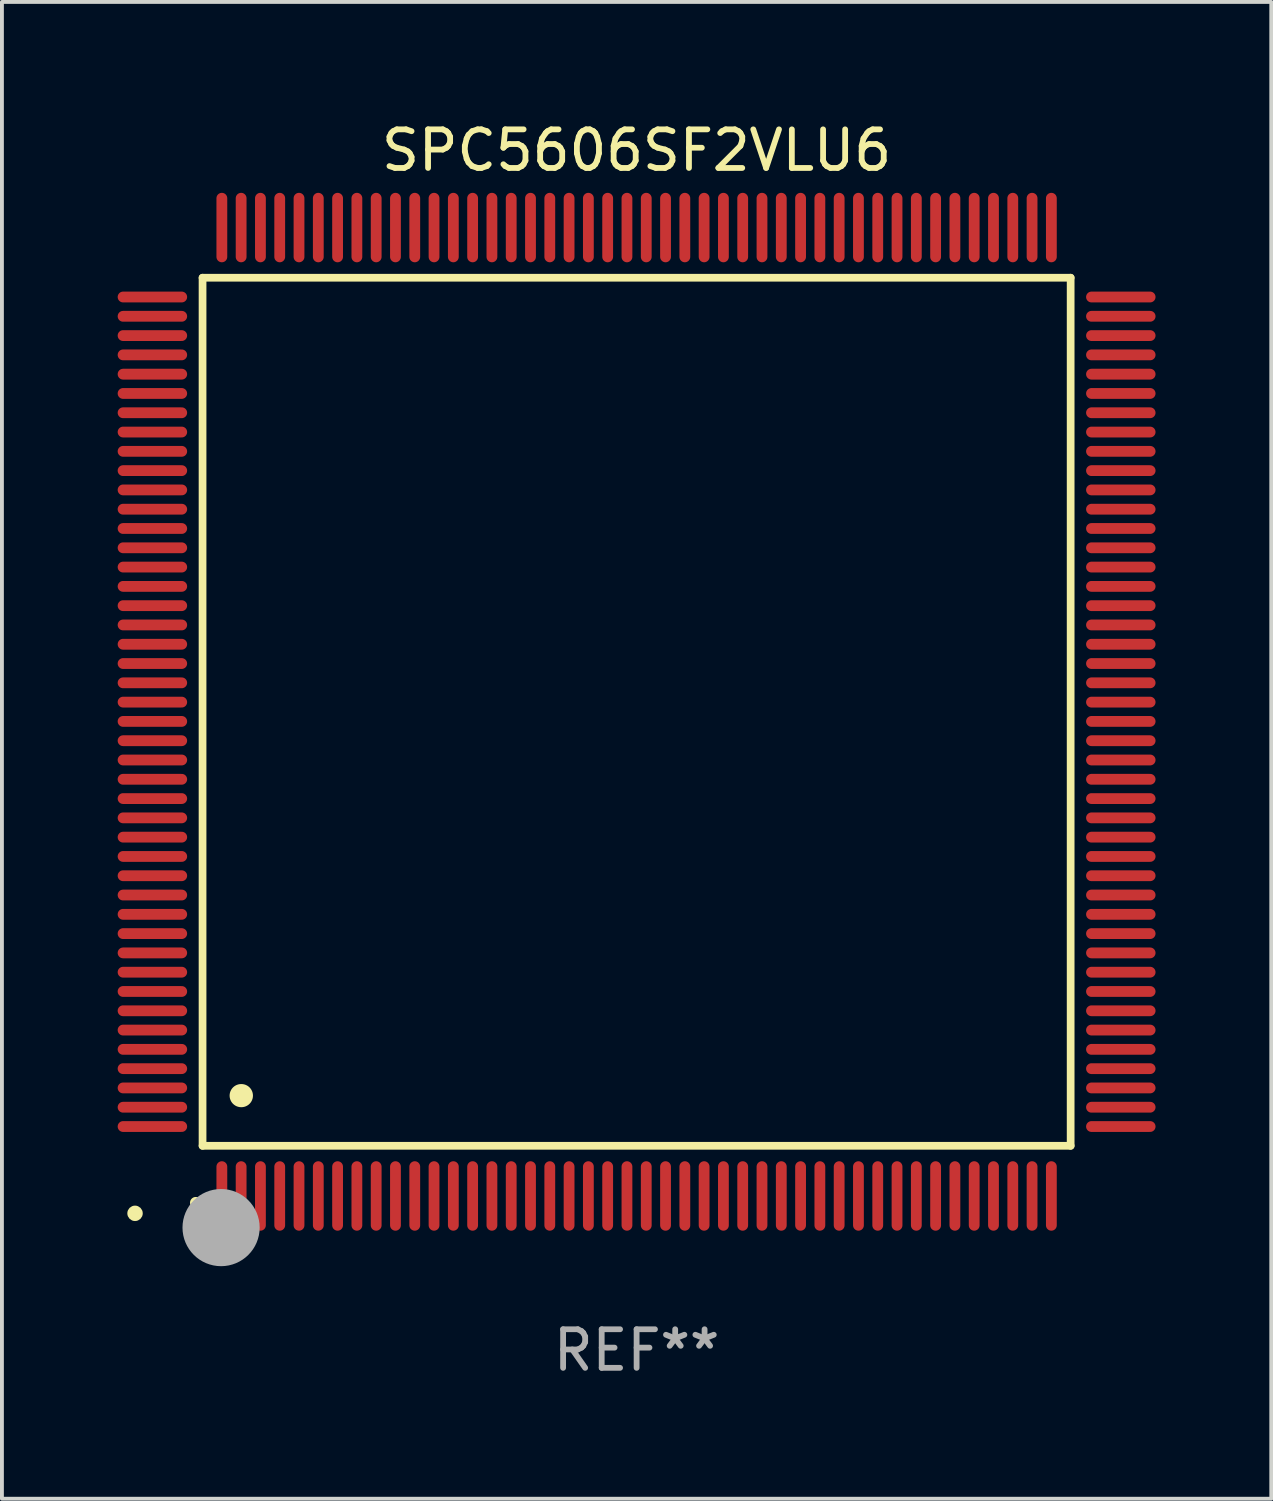
<source format=kicad_pcb>
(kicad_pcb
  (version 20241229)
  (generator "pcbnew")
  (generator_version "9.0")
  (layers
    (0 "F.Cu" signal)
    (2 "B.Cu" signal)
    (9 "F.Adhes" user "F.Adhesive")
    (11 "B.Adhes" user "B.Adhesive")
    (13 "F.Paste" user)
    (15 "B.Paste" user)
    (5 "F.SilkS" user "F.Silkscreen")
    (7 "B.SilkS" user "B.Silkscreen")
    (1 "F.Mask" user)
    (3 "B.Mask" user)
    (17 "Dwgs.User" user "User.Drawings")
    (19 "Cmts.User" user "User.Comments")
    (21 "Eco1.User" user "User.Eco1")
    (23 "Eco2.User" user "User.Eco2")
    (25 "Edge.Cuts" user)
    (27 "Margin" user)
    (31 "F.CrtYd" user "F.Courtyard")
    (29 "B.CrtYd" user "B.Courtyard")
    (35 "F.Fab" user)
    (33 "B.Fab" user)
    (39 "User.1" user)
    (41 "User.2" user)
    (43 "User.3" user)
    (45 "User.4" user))
  (footprint "SPC5606SF2VLU6"
    (layer "F.Cu")
    (at 13.45 15.398)
    (property "Reference" "SPC5606SF2VLU6" (at 0 -14.55 0) (layer "F.SilkS") (effects (font (size 1 1) (thickness 0.15))))
    (attr through_hole)
    (fp_line (start -11.25 -11.25) (end 11.25 -11.25) (stroke (width 0.2) (type solid)) (layer "F.SilkS"))
    (fp_line (start -11.25 11.25) (end -11.25 -11.25) (stroke (width 0.2) (type solid)) (layer "F.SilkS"))
    (fp_line (start 11.25 -11.25) (end 11.25 11.25) (stroke (width 0.2) (type solid)) (layer "F.SilkS"))
    (fp_line (start 11.25 11.25) (end -11.25 11.25) (stroke (width 0.2) (type solid)) (layer "F.SilkS"))
    (fp_arc (start -11.424943 12.725425) (mid -11.423673 12.72542) (end -11.422403 12.725425) (stroke (width 0.3) (type solid)) (layer "F.SilkS"))
    (fp_arc (start -10.24892 9.9492) (mid -10.24638 9.949189) (end -10.24384 9.9492) (stroke (width 0.6) (type solid)) (layer "F.SilkS"))
    (fp_circle (center -13 13) (end -12.9 13) (stroke (width 0.2) (type solid)) (fill no) (layer "F.SilkS"))
    (fp_circle (center -10.77 13.37) (end -10.27 13.37) (stroke (width 1) (type solid)) (fill no) (layer "F.Fab"))
    (fp_text user "REF**" (at 0 16.55 0) (layer "F.Fab") (effects (font (size 1 1) (thickness 0.15))))
    (pad "1" smd oval (at -10.75 12.55) (size 0.28 1.8) (layers "F.Cu" "F.Mask" "F.Paste"))
    (pad "2" smd oval (at -10.25 12.55) (size 0.28 1.8) (layers "F.Cu" "F.Mask" "F.Paste"))
    (pad "3" smd oval (at -9.75 12.55) (size 0.28 1.8) (layers "F.Cu" "F.Mask" "F.Paste"))
    (pad "4" smd oval (at -9.25 12.55) (size 0.28 1.8) (layers "F.Cu" "F.Mask" "F.Paste"))
    (pad "5" smd oval (at -8.75 12.55) (size 0.28 1.8) (layers "F.Cu" "F.Mask" "F.Paste"))
    (pad "6" smd oval (at -8.25 12.55) (size 0.28 1.8) (layers "F.Cu" "F.Mask" "F.Paste"))
    (pad "7" smd oval (at -7.75 12.55) (size 0.28 1.8) (layers "F.Cu" "F.Mask" "F.Paste"))
    (pad "8" smd oval (at -7.25 12.55) (size 0.28 1.8) (layers "F.Cu" "F.Mask" "F.Paste"))
    (pad "9" smd oval (at -6.75 12.55) (size 0.28 1.8) (layers "F.Cu" "F.Mask" "F.Paste"))
    (pad "10" smd oval (at -6.25 12.55) (size 0.28 1.8) (layers "F.Cu" "F.Mask" "F.Paste"))
    (pad "11" smd oval (at -5.75 12.55) (size 0.28 1.8) (layers "F.Cu" "F.Mask" "F.Paste"))
    (pad "12" smd oval (at -5.25 12.55) (size 0.28 1.8) (layers "F.Cu" "F.Mask" "F.Paste"))
    (pad "13" smd oval (at -4.75 12.55) (size 0.28 1.8) (layers "F.Cu" "F.Mask" "F.Paste"))
    (pad "14" smd oval (at -4.25 12.55) (size 0.28 1.8) (layers "F.Cu" "F.Mask" "F.Paste"))
    (pad "15" smd oval (at -3.75 12.55) (size 0.28 1.8) (layers "F.Cu" "F.Mask" "F.Paste"))
    (pad "16" smd oval (at -3.25 12.55) (size 0.28 1.8) (layers "F.Cu" "F.Mask" "F.Paste"))
    (pad "17" smd oval (at -2.75 12.55) (size 0.28 1.8) (layers "F.Cu" "F.Mask" "F.Paste"))
    (pad "18" smd oval (at -2.25 12.55) (size 0.28 1.8) (layers "F.Cu" "F.Mask" "F.Paste"))
    (pad "19" smd oval (at -1.75 12.55) (size 0.28 1.8) (layers "F.Cu" "F.Mask" "F.Paste"))
    (pad "20" smd oval (at -1.25 12.55) (size 0.28 1.8) (layers "F.Cu" "F.Mask" "F.Paste"))
    (pad "21" smd oval (at -0.75 12.55) (size 0.28 1.8) (layers "F.Cu" "F.Mask" "F.Paste"))
    (pad "22" smd oval (at -0.25 12.55) (size 0.28 1.8) (layers "F.Cu" "F.Mask" "F.Paste"))
    (pad "23" smd oval (at 0.25 12.55) (size 0.28 1.8) (layers "F.Cu" "F.Mask" "F.Paste"))
    (pad "24" smd oval (at 0.75 12.55) (size 0.28 1.8) (layers "F.Cu" "F.Mask" "F.Paste"))
    (pad "25" smd oval (at 1.25 12.55) (size 0.28 1.8) (layers "F.Cu" "F.Mask" "F.Paste"))
    (pad "26" smd oval (at 1.75 12.55) (size 0.28 1.8) (layers "F.Cu" "F.Mask" "F.Paste"))
    (pad "27" smd oval (at 2.25 12.55) (size 0.28 1.8) (layers "F.Cu" "F.Mask" "F.Paste"))
    (pad "28" smd oval (at 2.75 12.55) (size 0.28 1.8) (layers "F.Cu" "F.Mask" "F.Paste"))
    (pad "29" smd oval (at 3.25 12.55) (size 0.28 1.8) (layers "F.Cu" "F.Mask" "F.Paste"))
    (pad "30" smd oval (at 3.75 12.55) (size 0.28 1.8) (layers "F.Cu" "F.Mask" "F.Paste"))
    (pad "31" smd oval (at 4.25 12.55) (size 0.28 1.8) (layers "F.Cu" "F.Mask" "F.Paste"))
    (pad "32" smd oval (at 4.75 12.55) (size 0.28 1.8) (layers "F.Cu" "F.Mask" "F.Paste"))
    (pad "33" smd oval (at 5.25 12.55) (size 0.28 1.8) (layers "F.Cu" "F.Mask" "F.Paste"))
    (pad "34" smd oval (at 5.75 12.55) (size 0.28 1.8) (layers "F.Cu" "F.Mask" "F.Paste"))
    (pad "35" smd oval (at 6.25 12.55) (size 0.28 1.8) (layers "F.Cu" "F.Mask" "F.Paste"))
    (pad "36" smd oval (at 6.75 12.55) (size 0.28 1.8) (layers "F.Cu" "F.Mask" "F.Paste"))
    (pad "37" smd oval (at 7.25 12.55) (size 0.28 1.8) (layers "F.Cu" "F.Mask" "F.Paste"))
    (pad "38" smd oval (at 7.75 12.55) (size 0.28 1.8) (layers "F.Cu" "F.Mask" "F.Paste"))
    (pad "39" smd oval (at 8.25 12.55) (size 0.28 1.8) (layers "F.Cu" "F.Mask" "F.Paste"))
    (pad "40" smd oval (at 8.75 12.55) (size 0.28 1.8) (layers "F.Cu" "F.Mask" "F.Paste"))
    (pad "41" smd oval (at 9.25 12.55) (size 0.28 1.8) (layers "F.Cu" "F.Mask" "F.Paste"))
    (pad "42" smd oval (at 9.75 12.55) (size 0.28 1.8) (layers "F.Cu" "F.Mask" "F.Paste"))
    (pad "43" smd oval (at 10.25 12.55) (size 0.28 1.8) (layers "F.Cu" "F.Mask" "F.Paste"))
    (pad "44" smd oval (at 10.75 12.55) (size 0.28 1.8) (layers "F.Cu" "F.Mask" "F.Paste"))
    (pad "45" smd oval (at 12.55 10.75) (size 1.8 0.28) (layers "F.Cu" "F.Mask" "F.Paste"))
    (pad "46" smd oval (at 12.55 10.25) (size 1.8 0.28) (layers "F.Cu" "F.Mask" "F.Paste"))
    (pad "47" smd oval (at 12.55 9.75) (size 1.8 0.28) (layers "F.Cu" "F.Mask" "F.Paste"))
    (pad "48" smd oval (at 12.55 9.25) (size 1.8 0.28) (layers "F.Cu" "F.Mask" "F.Paste"))
    (pad "49" smd oval (at 12.55 8.75) (size 1.8 0.28) (layers "F.Cu" "F.Mask" "F.Paste"))
    (pad "50" smd oval (at 12.55 8.25) (size 1.8 0.28) (layers "F.Cu" "F.Mask" "F.Paste"))
    (pad "51" smd oval (at 12.55 7.75) (size 1.8 0.28) (layers "F.Cu" "F.Mask" "F.Paste"))
    (pad "52" smd oval (at 12.55 7.25) (size 1.8 0.28) (layers "F.Cu" "F.Mask" "F.Paste"))
    (pad "53" smd oval (at 12.55 6.75) (size 1.8 0.28) (layers "F.Cu" "F.Mask" "F.Paste"))
    (pad "54" smd oval (at 12.55 6.25) (size 1.8 0.28) (layers "F.Cu" "F.Mask" "F.Paste"))
    (pad "55" smd oval (at 12.55 5.75) (size 1.8 0.28) (layers "F.Cu" "F.Mask" "F.Paste"))
    (pad "56" smd oval (at 12.55 5.25) (size 1.8 0.28) (layers "F.Cu" "F.Mask" "F.Paste"))
    (pad "57" smd oval (at 12.55 4.75) (size 1.8 0.28) (layers "F.Cu" "F.Mask" "F.Paste"))
    (pad "58" smd oval (at 12.55 4.25) (size 1.8 0.28) (layers "F.Cu" "F.Mask" "F.Paste"))
    (pad "59" smd oval (at 12.55 3.75) (size 1.8 0.28) (layers "F.Cu" "F.Mask" "F.Paste"))
    (pad "60" smd oval (at 12.55 3.25) (size 1.8 0.28) (layers "F.Cu" "F.Mask" "F.Paste"))
    (pad "61" smd oval (at 12.55 2.75) (size 1.8 0.28) (layers "F.Cu" "F.Mask" "F.Paste"))
    (pad "62" smd oval (at 12.55 2.25) (size 1.8 0.28) (layers "F.Cu" "F.Mask" "F.Paste"))
    (pad "63" smd oval (at 12.55 1.75) (size 1.8 0.28) (layers "F.Cu" "F.Mask" "F.Paste"))
    (pad "64" smd oval (at 12.55 1.25) (size 1.8 0.28) (layers "F.Cu" "F.Mask" "F.Paste"))
    (pad "65" smd oval (at 12.55 0.75) (size 1.8 0.28) (layers "F.Cu" "F.Mask" "F.Paste"))
    (pad "66" smd oval (at 12.55 0.25) (size 1.8 0.28) (layers "F.Cu" "F.Mask" "F.Paste"))
    (pad "67" smd oval (at 12.55 -0.25) (size 1.8 0.28) (layers "F.Cu" "F.Mask" "F.Paste"))
    (pad "68" smd oval (at 12.55 -0.75) (size 1.8 0.28) (layers "F.Cu" "F.Mask" "F.Paste"))
    (pad "69" smd oval (at 12.55 -1.25) (size 1.8 0.28) (layers "F.Cu" "F.Mask" "F.Paste"))
    (pad "70" smd oval (at 12.55 -1.75) (size 1.8 0.28) (layers "F.Cu" "F.Mask" "F.Paste"))
    (pad "71" smd oval (at 12.55 -2.25) (size 1.8 0.28) (layers "F.Cu" "F.Mask" "F.Paste"))
    (pad "72" smd oval (at 12.55 -2.75) (size 1.8 0.28) (layers "F.Cu" "F.Mask" "F.Paste"))
    (pad "73" smd oval (at 12.55 -3.25) (size 1.8 0.28) (layers "F.Cu" "F.Mask" "F.Paste"))
    (pad "74" smd oval (at 12.55 -3.75) (size 1.8 0.28) (layers "F.Cu" "F.Mask" "F.Paste"))
    (pad "75" smd oval (at 12.55 -4.25) (size 1.8 0.28) (layers "F.Cu" "F.Mask" "F.Paste"))
    (pad "76" smd oval (at 12.55 -4.75) (size 1.8 0.28) (layers "F.Cu" "F.Mask" "F.Paste"))
    (pad "77" smd oval (at 12.55 -5.25) (size 1.8 0.28) (layers "F.Cu" "F.Mask" "F.Paste"))
    (pad "78" smd oval (at 12.55 -5.75) (size 1.8 0.28) (layers "F.Cu" "F.Mask" "F.Paste"))
    (pad "79" smd oval (at 12.55 -6.25) (size 1.8 0.28) (layers "F.Cu" "F.Mask" "F.Paste"))
    (pad "80" smd oval (at 12.55 -6.75) (size 1.8 0.28) (layers "F.Cu" "F.Mask" "F.Paste"))
    (pad "81" smd oval (at 12.55 -7.25) (size 1.8 0.28) (layers "F.Cu" "F.Mask" "F.Paste"))
    (pad "82" smd oval (at 12.55 -7.75) (size 1.8 0.28) (layers "F.Cu" "F.Mask" "F.Paste"))
    (pad "83" smd oval (at 12.55 -8.25) (size 1.8 0.28) (layers "F.Cu" "F.Mask" "F.Paste"))
    (pad "84" smd oval (at 12.55 -8.75) (size 1.8 0.28) (layers "F.Cu" "F.Mask" "F.Paste"))
    (pad "85" smd oval (at 12.55 -9.25) (size 1.8 0.28) (layers "F.Cu" "F.Mask" "F.Paste"))
    (pad "86" smd oval (at 12.55 -9.75) (size 1.8 0.28) (layers "F.Cu" "F.Mask" "F.Paste"))
    (pad "87" smd oval (at 12.55 -10.25) (size 1.8 0.28) (layers "F.Cu" "F.Mask" "F.Paste"))
    (pad "88" smd oval (at 12.55 -10.75) (size 1.8 0.28) (layers "F.Cu" "F.Mask" "F.Paste"))
    (pad "89" smd oval (at 10.75 -12.55) (size 0.28 1.8) (layers "F.Cu" "F.Mask" "F.Paste"))
    (pad "90" smd oval (at 10.25 -12.55) (size 0.28 1.8) (layers "F.Cu" "F.Mask" "F.Paste"))
    (pad "91" smd oval (at 9.75 -12.55) (size 0.28 1.8) (layers "F.Cu" "F.Mask" "F.Paste"))
    (pad "92" smd oval (at 9.25 -12.55) (size 0.28 1.8) (layers "F.Cu" "F.Mask" "F.Paste"))
    (pad "93" smd oval (at 8.75 -12.55) (size 0.28 1.8) (layers "F.Cu" "F.Mask" "F.Paste"))
    (pad "94" smd oval (at 8.25 -12.55) (size 0.28 1.8) (layers "F.Cu" "F.Mask" "F.Paste"))
    (pad "95" smd oval (at 7.75 -12.55) (size 0.28 1.8) (layers "F.Cu" "F.Mask" "F.Paste"))
    (pad "96" smd oval (at 7.25 -12.55) (size 0.28 1.8) (layers "F.Cu" "F.Mask" "F.Paste"))
    (pad "97" smd oval (at 6.75 -12.55) (size 0.28 1.8) (layers "F.Cu" "F.Mask" "F.Paste"))
    (pad "98" smd oval (at 6.25 -12.55) (size 0.28 1.8) (layers "F.Cu" "F.Mask" "F.Paste"))
    (pad "99" smd oval (at 5.75 -12.55) (size 0.28 1.8) (layers "F.Cu" "F.Mask" "F.Paste"))
    (pad "100" smd oval (at 5.25 -12.55) (size 0.28 1.8) (layers "F.Cu" "F.Mask" "F.Paste"))
    (pad "101" smd oval (at 4.75 -12.55) (size 0.28 1.8) (layers "F.Cu" "F.Mask" "F.Paste"))
    (pad "102" smd oval (at 4.25 -12.55) (size 0.28 1.8) (layers "F.Cu" "F.Mask" "F.Paste"))
    (pad "103" smd oval (at 3.75 -12.55) (size 0.28 1.8) (layers "F.Cu" "F.Mask" "F.Paste"))
    (pad "104" smd oval (at 3.25 -12.55) (size 0.28 1.8) (layers "F.Cu" "F.Mask" "F.Paste"))
    (pad "105" smd oval (at 2.75 -12.55) (size 0.28 1.8) (layers "F.Cu" "F.Mask" "F.Paste"))
    (pad "106" smd oval (at 2.25 -12.55) (size 0.28 1.8) (layers "F.Cu" "F.Mask" "F.Paste"))
    (pad "107" smd oval (at 1.75 -12.55) (size 0.28 1.8) (layers "F.Cu" "F.Mask" "F.Paste"))
    (pad "108" smd oval (at 1.25 -12.55) (size 0.28 1.8) (layers "F.Cu" "F.Mask" "F.Paste"))
    (pad "109" smd oval (at 0.75 -12.55) (size 0.28 1.8) (layers "F.Cu" "F.Mask" "F.Paste"))
    (pad "110" smd oval (at 0.25 -12.55) (size 0.28 1.8) (layers "F.Cu" "F.Mask" "F.Paste"))
    (pad "111" smd oval (at -0.25 -12.55) (size 0.28 1.8) (layers "F.Cu" "F.Mask" "F.Paste"))
    (pad "112" smd oval (at -0.75 -12.55) (size 0.28 1.8) (layers "F.Cu" "F.Mask" "F.Paste"))
    (pad "113" smd oval (at -1.25 -12.55) (size 0.28 1.8) (layers "F.Cu" "F.Mask" "F.Paste"))
    (pad "114" smd oval (at -1.75 -12.55) (size 0.28 1.8) (layers "F.Cu" "F.Mask" "F.Paste"))
    (pad "115" smd oval (at -2.25 -12.55) (size 0.28 1.8) (layers "F.Cu" "F.Mask" "F.Paste"))
    (pad "116" smd oval (at -2.75 -12.55) (size 0.28 1.8) (layers "F.Cu" "F.Mask" "F.Paste"))
    (pad "117" smd oval (at -3.25 -12.55) (size 0.28 1.8) (layers "F.Cu" "F.Mask" "F.Paste"))
    (pad "118" smd oval (at -3.75 -12.55) (size 0.28 1.8) (layers "F.Cu" "F.Mask" "F.Paste"))
    (pad "119" smd oval (at -4.25 -12.55) (size 0.28 1.8) (layers "F.Cu" "F.Mask" "F.Paste"))
    (pad "120" smd oval (at -4.75 -12.55) (size 0.28 1.8) (layers "F.Cu" "F.Mask" "F.Paste"))
    (pad "121" smd oval (at -5.25 -12.55) (size 0.28 1.8) (layers "F.Cu" "F.Mask" "F.Paste"))
    (pad "122" smd oval (at -5.75 -12.55) (size 0.28 1.8) (layers "F.Cu" "F.Mask" "F.Paste"))
    (pad "123" smd oval (at -6.25 -12.55) (size 0.28 1.8) (layers "F.Cu" "F.Mask" "F.Paste"))
    (pad "124" smd oval (at -6.75 -12.55) (size 0.28 1.8) (layers "F.Cu" "F.Mask" "F.Paste"))
    (pad "125" smd oval (at -7.25 -12.55) (size 0.28 1.8) (layers "F.Cu" "F.Mask" "F.Paste"))
    (pad "126" smd oval (at -7.75 -12.55) (size 0.28 1.8) (layers "F.Cu" "F.Mask" "F.Paste"))
    (pad "127" smd oval (at -8.25 -12.55) (size 0.28 1.8) (layers "F.Cu" "F.Mask" "F.Paste"))
    (pad "128" smd oval (at -8.75 -12.55) (size 0.28 1.8) (layers "F.Cu" "F.Mask" "F.Paste"))
    (pad "129" smd oval (at -9.25 -12.55) (size 0.28 1.8) (layers "F.Cu" "F.Mask" "F.Paste"))
    (pad "130" smd oval (at -9.75 -12.55) (size 0.28 1.8) (layers "F.Cu" "F.Mask" "F.Paste"))
    (pad "131" smd oval (at -10.25 -12.55) (size 0.28 1.8) (layers "F.Cu" "F.Mask" "F.Paste"))
    (pad "132" smd oval (at -10.75 -12.55) (size 0.28 1.8) (layers "F.Cu" "F.Mask" "F.Paste"))
    (pad "133" smd oval (at -12.55 -10.75) (size 1.8 0.28) (layers "F.Cu" "F.Mask" "F.Paste"))
    (pad "134" smd oval (at -12.55 -10.25) (size 1.8 0.28) (layers "F.Cu" "F.Mask" "F.Paste"))
    (pad "135" smd oval (at -12.55 -9.75) (size 1.8 0.28) (layers "F.Cu" "F.Mask" "F.Paste"))
    (pad "136" smd oval (at -12.55 -9.25) (size 1.8 0.28) (layers "F.Cu" "F.Mask" "F.Paste"))
    (pad "137" smd oval (at -12.55 -8.75) (size 1.8 0.28) (layers "F.Cu" "F.Mask" "F.Paste"))
    (pad "138" smd oval (at -12.55 -8.25) (size 1.8 0.28) (layers "F.Cu" "F.Mask" "F.Paste"))
    (pad "139" smd oval (at -12.55 -7.75) (size 1.8 0.28) (layers "F.Cu" "F.Mask" "F.Paste"))
    (pad "140" smd oval (at -12.55 -7.25) (size 1.8 0.28) (layers "F.Cu" "F.Mask" "F.Paste"))
    (pad "141" smd oval (at -12.55 -6.75) (size 1.8 0.28) (layers "F.Cu" "F.Mask" "F.Paste"))
    (pad "142" smd oval (at -12.55 -6.25) (size 1.8 0.28) (layers "F.Cu" "F.Mask" "F.Paste"))
    (pad "143" smd oval (at -12.55 -5.75) (size 1.8 0.28) (layers "F.Cu" "F.Mask" "F.Paste"))
    (pad "144" smd oval (at -12.55 -5.25) (size 1.8 0.28) (layers "F.Cu" "F.Mask" "F.Paste"))
    (pad "145" smd oval (at -12.55 -4.75) (size 1.8 0.28) (layers "F.Cu" "F.Mask" "F.Paste"))
    (pad "146" smd oval (at -12.55 -4.25) (size 1.8 0.28) (layers "F.Cu" "F.Mask" "F.Paste"))
    (pad "147" smd oval (at -12.55 -3.75) (size 1.8 0.28) (layers "F.Cu" "F.Mask" "F.Paste"))
    (pad "148" smd oval (at -12.55 -3.25) (size 1.8 0.28) (layers "F.Cu" "F.Mask" "F.Paste"))
    (pad "149" smd oval (at -12.55 -2.75) (size 1.8 0.28) (layers "F.Cu" "F.Mask" "F.Paste"))
    (pad "150" smd oval (at -12.55 -2.25) (size 1.8 0.28) (layers "F.Cu" "F.Mask" "F.Paste"))
    (pad "151" smd oval (at -12.55 -1.75) (size 1.8 0.28) (layers "F.Cu" "F.Mask" "F.Paste"))
    (pad "152" smd oval (at -12.55 -1.25) (size 1.8 0.28) (layers "F.Cu" "F.Mask" "F.Paste"))
    (pad "153" smd oval (at -12.55 -0.75) (size 1.8 0.28) (layers "F.Cu" "F.Mask" "F.Paste"))
    (pad "154" smd oval (at -12.55 -0.25) (size 1.8 0.28) (layers "F.Cu" "F.Mask" "F.Paste"))
    (pad "155" smd oval (at -12.55 0.25) (size 1.8 0.28) (layers "F.Cu" "F.Mask" "F.Paste"))
    (pad "156" smd oval (at -12.55 0.75) (size 1.8 0.28) (layers "F.Cu" "F.Mask" "F.Paste"))
    (pad "157" smd oval (at -12.55 1.25) (size 1.8 0.28) (layers "F.Cu" "F.Mask" "F.Paste"))
    (pad "158" smd oval (at -12.55 1.75) (size 1.8 0.28) (layers "F.Cu" "F.Mask" "F.Paste"))
    (pad "159" smd oval (at -12.55 2.25) (size 1.8 0.28) (layers "F.Cu" "F.Mask" "F.Paste"))
    (pad "160" smd oval (at -12.55 2.75) (size 1.8 0.28) (layers "F.Cu" "F.Mask" "F.Paste"))
    (pad "161" smd oval (at -12.55 3.25) (size 1.8 0.28) (layers "F.Cu" "F.Mask" "F.Paste"))
    (pad "162" smd oval (at -12.55 3.75) (size 1.8 0.28) (layers "F.Cu" "F.Mask" "F.Paste"))
    (pad "163" smd oval (at -12.55 4.25) (size 1.8 0.28) (layers "F.Cu" "F.Mask" "F.Paste"))
    (pad "164" smd oval (at -12.55 4.75) (size 1.8 0.28) (layers "F.Cu" "F.Mask" "F.Paste"))
    (pad "165" smd oval (at -12.55 5.25) (size 1.8 0.28) (layers "F.Cu" "F.Mask" "F.Paste"))
    (pad "166" smd oval (at -12.55 5.75) (size 1.8 0.28) (layers "F.Cu" "F.Mask" "F.Paste"))
    (pad "167" smd oval (at -12.55 6.25) (size 1.8 0.28) (layers "F.Cu" "F.Mask" "F.Paste"))
    (pad "168" smd oval (at -12.55 6.75) (size 1.8 0.28) (layers "F.Cu" "F.Mask" "F.Paste"))
    (pad "169" smd oval (at -12.55 7.25) (size 1.8 0.28) (layers "F.Cu" "F.Mask" "F.Paste"))
    (pad "170" smd oval (at -12.55 7.75) (size 1.8 0.28) (layers "F.Cu" "F.Mask" "F.Paste"))
    (pad "171" smd oval (at -12.55 8.25) (size 1.8 0.28) (layers "F.Cu" "F.Mask" "F.Paste"))
    (pad "172" smd oval (at -12.55 8.75) (size 1.8 0.28) (layers "F.Cu" "F.Mask" "F.Paste"))
    (pad "173" smd oval (at -12.55 9.25) (size 1.8 0.28) (layers "F.Cu" "F.Mask" "F.Paste"))
    (pad "174" smd oval (at -12.55 9.75) (size 1.8 0.28) (layers "F.Cu" "F.Mask" "F.Paste"))
    (pad "175" smd oval (at -12.55 10.25) (size 1.8 0.28) (layers "F.Cu" "F.Mask" "F.Paste"))
    (pad "176" smd oval (at -12.55 10.75) (size 1.8 0.28) (layers "F.Cu" "F.Mask" "F.Paste")))
  (gr_rect
    (start -3 -3)
    (end 29.9 35.796)
    (stroke (width 0.1) (type default))
    (fill no)
    (layer "Edge.Cuts")))
</source>
